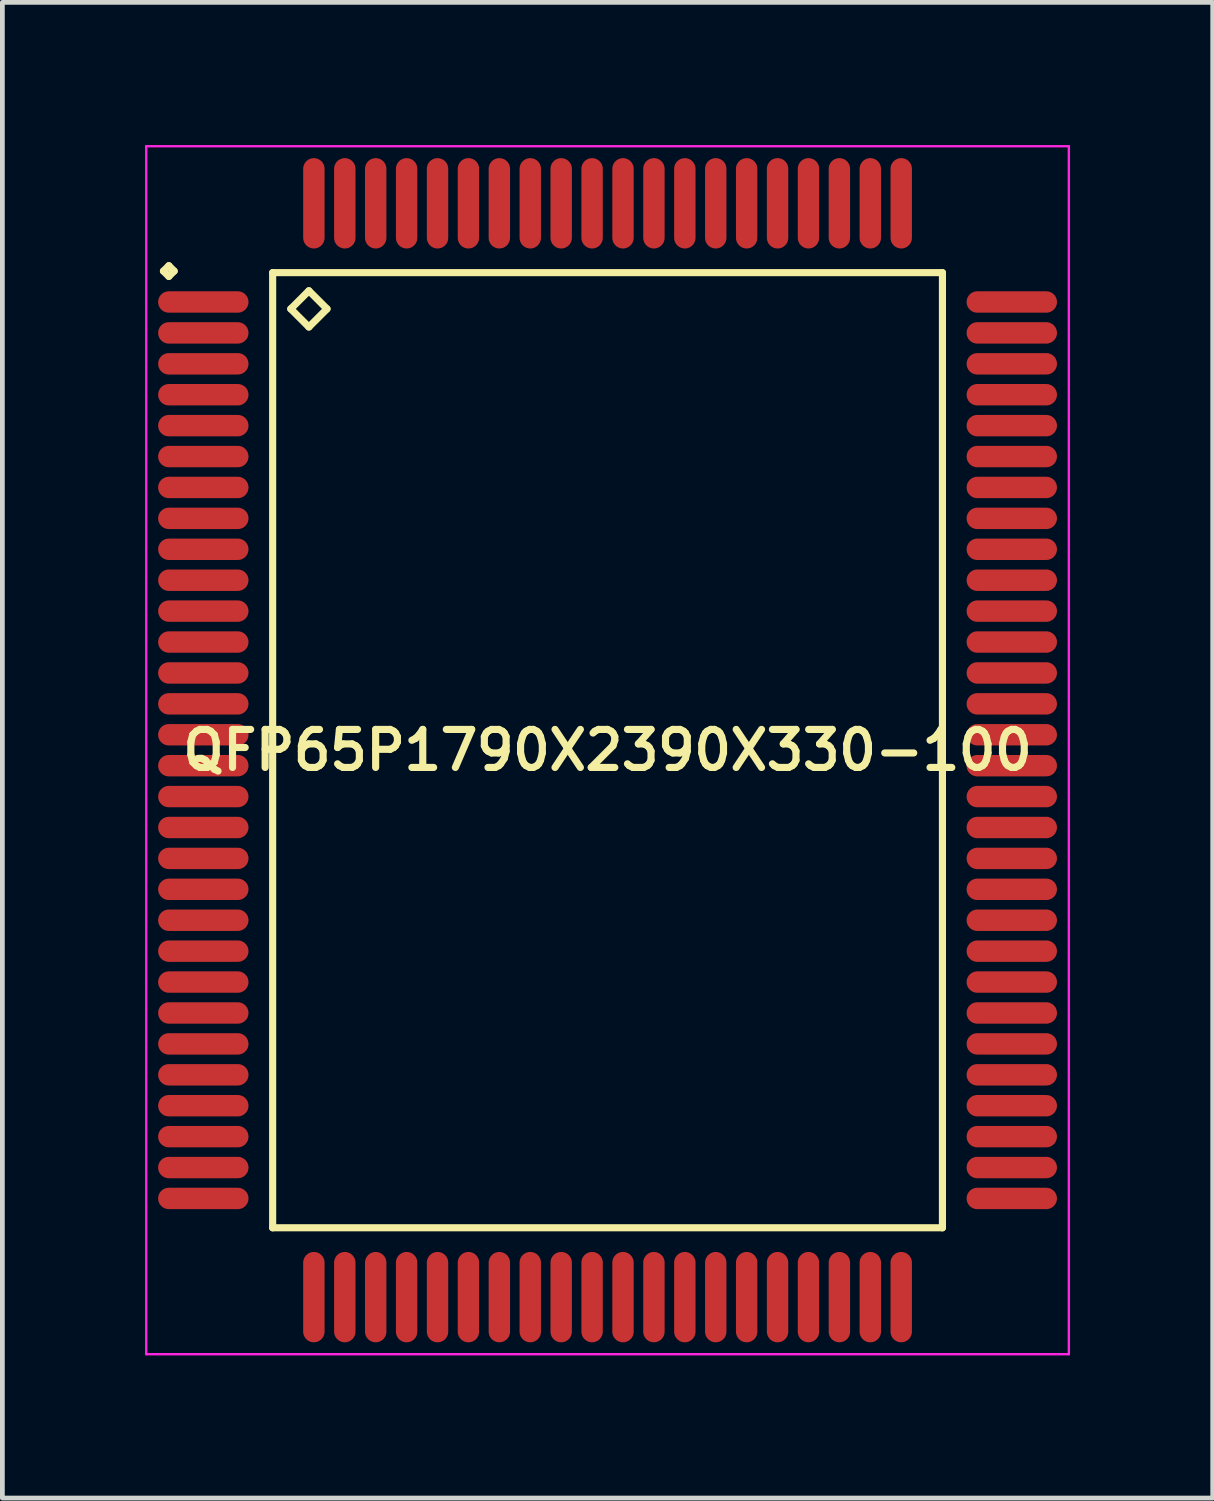
<source format=kicad_pcb>
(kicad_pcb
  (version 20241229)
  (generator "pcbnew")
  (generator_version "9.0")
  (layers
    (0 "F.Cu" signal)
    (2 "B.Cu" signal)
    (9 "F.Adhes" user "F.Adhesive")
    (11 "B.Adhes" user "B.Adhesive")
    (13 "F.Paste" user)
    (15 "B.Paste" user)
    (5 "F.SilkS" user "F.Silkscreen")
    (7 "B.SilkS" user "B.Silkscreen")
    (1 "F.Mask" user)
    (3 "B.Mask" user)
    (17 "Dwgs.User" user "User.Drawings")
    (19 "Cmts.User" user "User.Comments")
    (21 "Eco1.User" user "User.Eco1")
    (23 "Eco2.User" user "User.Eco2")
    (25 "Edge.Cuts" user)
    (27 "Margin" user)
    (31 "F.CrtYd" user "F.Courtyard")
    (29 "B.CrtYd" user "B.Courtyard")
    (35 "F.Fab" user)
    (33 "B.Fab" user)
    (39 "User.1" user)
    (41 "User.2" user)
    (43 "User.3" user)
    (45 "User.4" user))
  (footprint "QFP65P1790X2390X330-100"
    (layer "F.Cu")
    (at 9.725 12.725)
    (property "Reference" "QFP65P1790X2390X330-100" (at 0 0 0) (layer "F.SilkS") (effects (font (size 0.8 0.8) (thickness 0.15))))
    (attr smd)
    (fp_line (start -9.338 -10.075) (end -9.225 -10.188) (stroke (width 0.15) (type solid)) (layer "F.SilkS"))
    (fp_line (start -9.225 -10.188) (end -9.113 -10.075) (stroke (width 0.15) (type solid)) (layer "F.SilkS"))
    (fp_line (start -9.225 -9.963) (end -9.338 -10.075) (stroke (width 0.15) (type solid)) (layer "F.SilkS"))
    (fp_line (start -9.113 -10.075) (end -9.225 -9.963) (stroke (width 0.15) (type solid)) (layer "F.SilkS"))
    (fp_line (start -7.042 -10.042) (end -7.042 10.042) (stroke (width 0.15) (type solid)) (layer "F.SilkS"))
    (fp_line (start -7.042 10.042) (end 7.042 10.042) (stroke (width 0.15) (type solid)) (layer "F.SilkS"))
    (fp_line (start -6.661 -9.28) (end -6.28 -9.661) (stroke (width 0.15) (type solid)) (layer "F.SilkS"))
    (fp_line (start -6.28 -9.661) (end -5.899 -9.28) (stroke (width 0.15) (type solid)) (layer "F.SilkS"))
    (fp_line (start -6.28 -8.899) (end -6.661 -9.28) (stroke (width 0.15) (type solid)) (layer "F.SilkS"))
    (fp_line (start -5.899 -9.28) (end -6.28 -8.899) (stroke (width 0.15) (type solid)) (layer "F.SilkS"))
    (fp_line (start 7.042 -10.042) (end -7.042 -10.042) (stroke (width 0.15) (type solid)) (layer "F.SilkS"))
    (fp_line (start 7.042 10.042) (end 7.042 -10.042) (stroke (width 0.15) (type solid)) (layer "F.SilkS"))
    (fp_line (start -9.7 -12.7) (end 9.7 -12.7) (stroke (width 0.05) (type solid)) (layer "F.CrtYd"))
    (fp_line (start -9.7 12.7) (end -9.7 -12.7) (stroke (width 0.05) (type solid)) (layer "F.CrtYd"))
    (fp_line (start 9.7 -12.7) (end 9.7 12.7) (stroke (width 0.05) (type solid)) (layer "F.CrtYd"))
    (fp_line (start 9.7 12.7) (end -9.7 12.7) (stroke (width 0.05) (type solid)) (layer "F.CrtYd"))
    (pad "1" smd oval (at -8.5 -9.425) (size 1.9 0.45) (layers "F.Cu" "F.Mask" "F.Paste"))
    (pad "2" smd oval (at -8.5 -8.775) (size 1.9 0.45) (layers "F.Cu" "F.Mask" "F.Paste"))
    (pad "3" smd oval (at -8.5 -8.125) (size 1.9 0.45) (layers "F.Cu" "F.Mask" "F.Paste"))
    (pad "4" smd oval (at -8.5 -7.475) (size 1.9 0.45) (layers "F.Cu" "F.Mask" "F.Paste"))
    (pad "5" smd oval (at -8.5 -6.825) (size 1.9 0.45) (layers "F.Cu" "F.Mask" "F.Paste"))
    (pad "6" smd oval (at -8.5 -6.175) (size 1.9 0.45) (layers "F.Cu" "F.Mask" "F.Paste"))
    (pad "7" smd oval (at -8.5 -5.525) (size 1.9 0.45) (layers "F.Cu" "F.Mask" "F.Paste"))
    (pad "8" smd oval (at -8.5 -4.875) (size 1.9 0.45) (layers "F.Cu" "F.Mask" "F.Paste"))
    (pad "9" smd oval (at -8.5 -4.225) (size 1.9 0.45) (layers "F.Cu" "F.Mask" "F.Paste"))
    (pad "10" smd oval (at -8.5 -3.575) (size 1.9 0.45) (layers "F.Cu" "F.Mask" "F.Paste"))
    (pad "11" smd oval (at -8.5 -2.925) (size 1.9 0.45) (layers "F.Cu" "F.Mask" "F.Paste"))
    (pad "12" smd oval (at -8.5 -2.275) (size 1.9 0.45) (layers "F.Cu" "F.Mask" "F.Paste"))
    (pad "13" smd oval (at -8.5 -1.625) (size 1.9 0.45) (layers "F.Cu" "F.Mask" "F.Paste"))
    (pad "14" smd oval (at -8.5 -0.975) (size 1.9 0.45) (layers "F.Cu" "F.Mask" "F.Paste"))
    (pad "15" smd oval (at -8.5 -0.325) (size 1.9 0.45) (layers "F.Cu" "F.Mask" "F.Paste"))
    (pad "16" smd oval (at -8.5 0.325) (size 1.9 0.45) (layers "F.Cu" "F.Mask" "F.Paste"))
    (pad "17" smd oval (at -8.5 0.975) (size 1.9 0.45) (layers "F.Cu" "F.Mask" "F.Paste"))
    (pad "18" smd oval (at -8.5 1.625) (size 1.9 0.45) (layers "F.Cu" "F.Mask" "F.Paste"))
    (pad "19" smd oval (at -8.5 2.275) (size 1.9 0.45) (layers "F.Cu" "F.Mask" "F.Paste"))
    (pad "20" smd oval (at -8.5 2.925) (size 1.9 0.45) (layers "F.Cu" "F.Mask" "F.Paste"))
    (pad "21" smd oval (at -8.5 3.575) (size 1.9 0.45) (layers "F.Cu" "F.Mask" "F.Paste"))
    (pad "22" smd oval (at -8.5 4.225) (size 1.9 0.45) (layers "F.Cu" "F.Mask" "F.Paste"))
    (pad "23" smd oval (at -8.5 4.875) (size 1.9 0.45) (layers "F.Cu" "F.Mask" "F.Paste"))
    (pad "24" smd oval (at -8.5 5.525) (size 1.9 0.45) (layers "F.Cu" "F.Mask" "F.Paste"))
    (pad "25" smd oval (at -8.5 6.175) (size 1.9 0.45) (layers "F.Cu" "F.Mask" "F.Paste"))
    (pad "26" smd oval (at -8.5 6.825) (size 1.9 0.45) (layers "F.Cu" "F.Mask" "F.Paste"))
    (pad "27" smd oval (at -8.5 7.475) (size 1.9 0.45) (layers "F.Cu" "F.Mask" "F.Paste"))
    (pad "28" smd oval (at -8.5 8.125) (size 1.9 0.45) (layers "F.Cu" "F.Mask" "F.Paste"))
    (pad "29" smd oval (at -8.5 8.775) (size 1.9 0.45) (layers "F.Cu" "F.Mask" "F.Paste"))
    (pad "30" smd oval (at -8.5 9.425) (size 1.9 0.45) (layers "F.Cu" "F.Mask" "F.Paste"))
    (pad "31" smd oval (at -6.175 11.5) (size 0.45 1.9) (layers "F.Cu" "F.Mask" "F.Paste"))
    (pad "32" smd oval (at -5.525 11.5) (size 0.45 1.9) (layers "F.Cu" "F.Mask" "F.Paste"))
    (pad "33" smd oval (at -4.875 11.5) (size 0.45 1.9) (layers "F.Cu" "F.Mask" "F.Paste"))
    (pad "34" smd oval (at -4.225 11.5) (size 0.45 1.9) (layers "F.Cu" "F.Mask" "F.Paste"))
    (pad "35" smd oval (at -3.575 11.5) (size 0.45 1.9) (layers "F.Cu" "F.Mask" "F.Paste"))
    (pad "36" smd oval (at -2.925 11.5) (size 0.45 1.9) (layers "F.Cu" "F.Mask" "F.Paste"))
    (pad "37" smd oval (at -2.275 11.5) (size 0.45 1.9) (layers "F.Cu" "F.Mask" "F.Paste"))
    (pad "38" smd oval (at -1.625 11.5) (size 0.45 1.9) (layers "F.Cu" "F.Mask" "F.Paste"))
    (pad "39" smd oval (at -0.975 11.5) (size 0.45 1.9) (layers "F.Cu" "F.Mask" "F.Paste"))
    (pad "40" smd oval (at -0.325 11.5) (size 0.45 1.9) (layers "F.Cu" "F.Mask" "F.Paste"))
    (pad "41" smd oval (at 0.325 11.5) (size 0.45 1.9) (layers "F.Cu" "F.Mask" "F.Paste"))
    (pad "42" smd oval (at 0.975 11.5) (size 0.45 1.9) (layers "F.Cu" "F.Mask" "F.Paste"))
    (pad "43" smd oval (at 1.625 11.5) (size 0.45 1.9) (layers "F.Cu" "F.Mask" "F.Paste"))
    (pad "44" smd oval (at 2.275 11.5) (size 0.45 1.9) (layers "F.Cu" "F.Mask" "F.Paste"))
    (pad "45" smd oval (at 2.925 11.5) (size 0.45 1.9) (layers "F.Cu" "F.Mask" "F.Paste"))
    (pad "46" smd oval (at 3.575 11.5) (size 0.45 1.9) (layers "F.Cu" "F.Mask" "F.Paste"))
    (pad "47" smd oval (at 4.225 11.5) (size 0.45 1.9) (layers "F.Cu" "F.Mask" "F.Paste"))
    (pad "48" smd oval (at 4.875 11.5) (size 0.45 1.9) (layers "F.Cu" "F.Mask" "F.Paste"))
    (pad "49" smd oval (at 5.525 11.5) (size 0.45 1.9) (layers "F.Cu" "F.Mask" "F.Paste"))
    (pad "50" smd oval (at 6.175 11.5) (size 0.45 1.9) (layers "F.Cu" "F.Mask" "F.Paste"))
    (pad "51" smd oval (at 8.5 9.425) (size 1.9 0.45) (layers "F.Cu" "F.Mask" "F.Paste"))
    (pad "52" smd oval (at 8.5 8.775) (size 1.9 0.45) (layers "F.Cu" "F.Mask" "F.Paste"))
    (pad "53" smd oval (at 8.5 8.125) (size 1.9 0.45) (layers "F.Cu" "F.Mask" "F.Paste"))
    (pad "54" smd oval (at 8.5 7.475) (size 1.9 0.45) (layers "F.Cu" "F.Mask" "F.Paste"))
    (pad "55" smd oval (at 8.5 6.825) (size 1.9 0.45) (layers "F.Cu" "F.Mask" "F.Paste"))
    (pad "56" smd oval (at 8.5 6.175) (size 1.9 0.45) (layers "F.Cu" "F.Mask" "F.Paste"))
    (pad "57" smd oval (at 8.5 5.525) (size 1.9 0.45) (layers "F.Cu" "F.Mask" "F.Paste"))
    (pad "58" smd oval (at 8.5 4.875) (size 1.9 0.45) (layers "F.Cu" "F.Mask" "F.Paste"))
    (pad "59" smd oval (at 8.5 4.225) (size 1.9 0.45) (layers "F.Cu" "F.Mask" "F.Paste"))
    (pad "60" smd oval (at 8.5 3.575) (size 1.9 0.45) (layers "F.Cu" "F.Mask" "F.Paste"))
    (pad "61" smd oval (at 8.5 2.925) (size 1.9 0.45) (layers "F.Cu" "F.Mask" "F.Paste"))
    (pad "62" smd oval (at 8.5 2.275) (size 1.9 0.45) (layers "F.Cu" "F.Mask" "F.Paste"))
    (pad "63" smd oval (at 8.5 1.625) (size 1.9 0.45) (layers "F.Cu" "F.Mask" "F.Paste"))
    (pad "64" smd oval (at 8.5 0.975) (size 1.9 0.45) (layers "F.Cu" "F.Mask" "F.Paste"))
    (pad "65" smd oval (at 8.5 0.325) (size 1.9 0.45) (layers "F.Cu" "F.Mask" "F.Paste"))
    (pad "66" smd oval (at 8.5 -0.325) (size 1.9 0.45) (layers "F.Cu" "F.Mask" "F.Paste"))
    (pad "67" smd oval (at 8.5 -0.975) (size 1.9 0.45) (layers "F.Cu" "F.Mask" "F.Paste"))
    (pad "68" smd oval (at 8.5 -1.625) (size 1.9 0.45) (layers "F.Cu" "F.Mask" "F.Paste"))
    (pad "69" smd oval (at 8.5 -2.275) (size 1.9 0.45) (layers "F.Cu" "F.Mask" "F.Paste"))
    (pad "70" smd oval (at 8.5 -2.925) (size 1.9 0.45) (layers "F.Cu" "F.Mask" "F.Paste"))
    (pad "71" smd oval (at 8.5 -3.575) (size 1.9 0.45) (layers "F.Cu" "F.Mask" "F.Paste"))
    (pad "72" smd oval (at 8.5 -4.225) (size 1.9 0.45) (layers "F.Cu" "F.Mask" "F.Paste"))
    (pad "73" smd oval (at 8.5 -4.875) (size 1.9 0.45) (layers "F.Cu" "F.Mask" "F.Paste"))
    (pad "74" smd oval (at 8.5 -5.525) (size 1.9 0.45) (layers "F.Cu" "F.Mask" "F.Paste"))
    (pad "75" smd oval (at 8.5 -6.175) (size 1.9 0.45) (layers "F.Cu" "F.Mask" "F.Paste"))
    (pad "76" smd oval (at 8.5 -6.825) (size 1.9 0.45) (layers "F.Cu" "F.Mask" "F.Paste"))
    (pad "77" smd oval (at 8.5 -7.475) (size 1.9 0.45) (layers "F.Cu" "F.Mask" "F.Paste"))
    (pad "78" smd oval (at 8.5 -8.125) (size 1.9 0.45) (layers "F.Cu" "F.Mask" "F.Paste"))
    (pad "79" smd oval (at 8.5 -8.775) (size 1.9 0.45) (layers "F.Cu" "F.Mask" "F.Paste"))
    (pad "80" smd oval (at 8.5 -9.425) (size 1.9 0.45) (layers "F.Cu" "F.Mask" "F.Paste"))
    (pad "81" smd oval (at 6.175 -11.5) (size 0.45 1.9) (layers "F.Cu" "F.Mask" "F.Paste"))
    (pad "82" smd oval (at 5.525 -11.5) (size 0.45 1.9) (layers "F.Cu" "F.Mask" "F.Paste"))
    (pad "83" smd oval (at 4.875 -11.5) (size 0.45 1.9) (layers "F.Cu" "F.Mask" "F.Paste"))
    (pad "84" smd oval (at 4.225 -11.5) (size 0.45 1.9) (layers "F.Cu" "F.Mask" "F.Paste"))
    (pad "85" smd oval (at 3.575 -11.5) (size 0.45 1.9) (layers "F.Cu" "F.Mask" "F.Paste"))
    (pad "86" smd oval (at 2.925 -11.5) (size 0.45 1.9) (layers "F.Cu" "F.Mask" "F.Paste"))
    (pad "87" smd oval (at 2.275 -11.5) (size 0.45 1.9) (layers "F.Cu" "F.Mask" "F.Paste"))
    (pad "88" smd oval (at 1.625 -11.5) (size 0.45 1.9) (layers "F.Cu" "F.Mask" "F.Paste"))
    (pad "89" smd oval (at 0.975 -11.5) (size 0.45 1.9) (layers "F.Cu" "F.Mask" "F.Paste"))
    (pad "90" smd oval (at 0.325 -11.5) (size 0.45 1.9) (layers "F.Cu" "F.Mask" "F.Paste"))
    (pad "91" smd oval (at -0.325 -11.5) (size 0.45 1.9) (layers "F.Cu" "F.Mask" "F.Paste"))
    (pad "92" smd oval (at -0.975 -11.5) (size 0.45 1.9) (layers "F.Cu" "F.Mask" "F.Paste"))
    (pad "93" smd oval (at -1.625 -11.5) (size 0.45 1.9) (layers "F.Cu" "F.Mask" "F.Paste"))
    (pad "94" smd oval (at -2.275 -11.5) (size 0.45 1.9) (layers "F.Cu" "F.Mask" "F.Paste"))
    (pad "95" smd oval (at -2.925 -11.5) (size 0.45 1.9) (layers "F.Cu" "F.Mask" "F.Paste"))
    (pad "96" smd oval (at -3.575 -11.5) (size 0.45 1.9) (layers "F.Cu" "F.Mask" "F.Paste"))
    (pad "97" smd oval (at -4.225 -11.5) (size 0.45 1.9) (layers "F.Cu" "F.Mask" "F.Paste"))
    (pad "98" smd oval (at -4.875 -11.5) (size 0.45 1.9) (layers "F.Cu" "F.Mask" "F.Paste"))
    (pad "99" smd oval (at -5.525 -11.5) (size 0.45 1.9) (layers "F.Cu" "F.Mask" "F.Paste"))
    (pad "100" smd oval (at -6.175 -11.5) (size 0.45 1.9) (layers "F.Cu" "F.Mask" "F.Paste")))
  (gr_rect
    (start -3 -3)
    (end 22.45 28.45)
    (stroke (width 0.1) (type default))
    (fill no)
    (layer "Edge.Cuts")))
</source>
